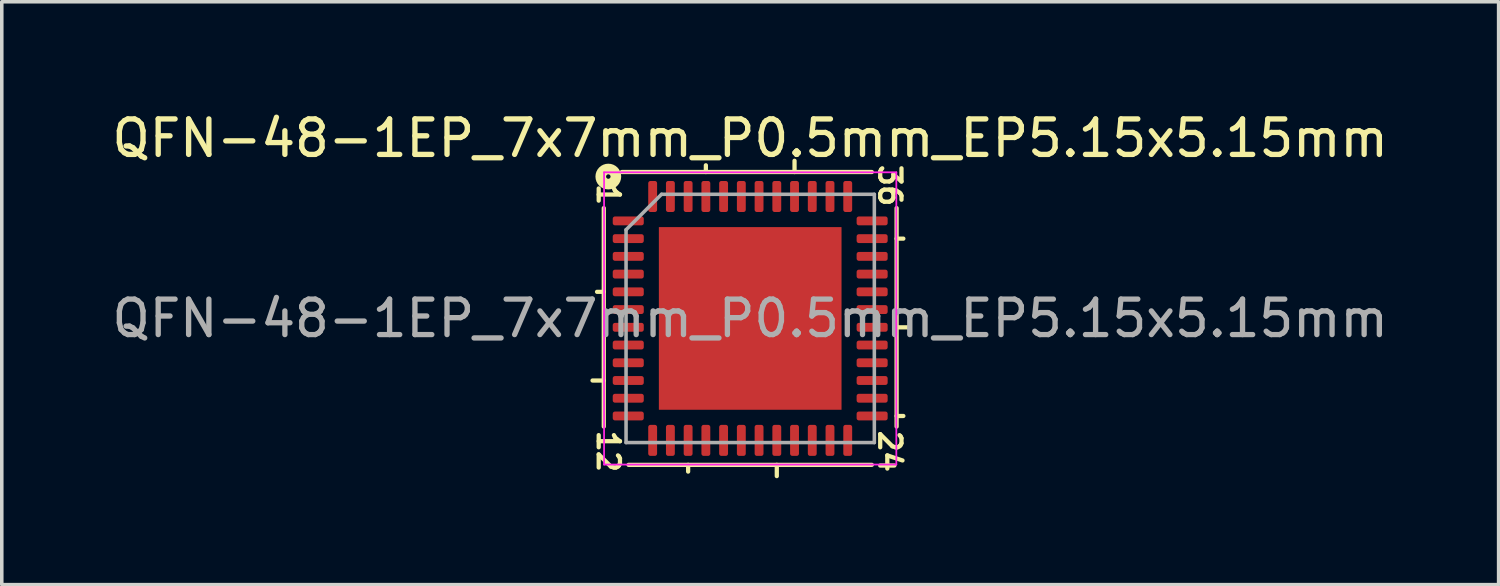
<source format=kicad_pcb>
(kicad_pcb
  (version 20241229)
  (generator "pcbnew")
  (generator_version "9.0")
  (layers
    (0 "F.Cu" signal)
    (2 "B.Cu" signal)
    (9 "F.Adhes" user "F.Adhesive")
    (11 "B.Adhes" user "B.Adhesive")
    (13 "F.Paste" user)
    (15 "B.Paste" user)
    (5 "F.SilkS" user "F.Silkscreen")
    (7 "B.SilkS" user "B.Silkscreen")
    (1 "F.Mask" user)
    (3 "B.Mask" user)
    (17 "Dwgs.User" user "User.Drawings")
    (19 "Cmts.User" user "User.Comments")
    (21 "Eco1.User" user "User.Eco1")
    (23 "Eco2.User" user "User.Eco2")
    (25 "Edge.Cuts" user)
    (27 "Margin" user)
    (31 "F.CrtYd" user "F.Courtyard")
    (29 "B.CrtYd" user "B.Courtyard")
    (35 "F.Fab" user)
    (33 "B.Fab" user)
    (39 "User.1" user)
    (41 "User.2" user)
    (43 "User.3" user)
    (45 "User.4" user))
  (footprint "QFN-48-1EP_7x7mm_P0.5mm_EP5.15x5.15mm"
    (layer "F.Cu")
    (at 18.101 5.928)
    (property "Reference" "QFN-48-1EP_7x7mm_P0.5mm_EP5.15x5.15mm" (at 0 -5.08 0) (layer "F.SilkS") (effects (font (size 1 1) (thickness 0.15))))
    (attr smd)
    (fp_line (start -4.128 -3.111) (end -4.128 3.048) (stroke (width 0.12) (type solid)) (layer "F.SilkS"))
    (fp_line (start -4.128 -0.75) (end -4.318 -0.75) (stroke (width 0.12) (type solid)) (layer "F.SilkS"))
    (fp_line (start -4.128 1.75) (end -4.445 1.75) (stroke (width 0.12) (type solid)) (layer "F.SilkS"))
    (fp_line (start -3.429 4.128) (end 3.429 4.128) (stroke (width 0.12) (type solid)) (layer "F.SilkS"))
    (fp_line (start -1.75 4.128) (end -1.75 4.318) (stroke (width 0.12) (type solid)) (layer "F.SilkS"))
    (fp_line (start -1.25 -4.128) (end -1.25 -4.318) (stroke (width 0.12) (type solid)) (layer "F.SilkS"))
    (fp_line (start 0.75 4.128) (end 0.75 4.445) (stroke (width 0.12) (type solid)) (layer "F.SilkS"))
    (fp_line (start 1.25 -4.128) (end 1.25 -4.445) (stroke (width 0.12) (type solid)) (layer "F.SilkS"))
    (fp_line (start 3.429 -4.128) (end -3.619 -4.128) (stroke (width 0.12) (type solid)) (layer "F.SilkS"))
    (fp_line (start 4.128 -2.25) (end 4.318 -2.25) (stroke (width 0.12) (type solid)) (layer "F.SilkS"))
    (fp_line (start 4.128 0.25) (end 4.445 0.25) (stroke (width 0.12) (type solid)) (layer "F.SilkS"))
    (fp_line (start 4.128 2.75) (end 4.318 2.75) (stroke (width 0.12) (type solid)) (layer "F.SilkS"))
    (fp_line (start 4.128 3.048) (end 4.128 -3.111) (stroke (width 0.12) (type solid)) (layer "F.SilkS"))
    (fp_circle (center -4 -4) (end -3.937 -4) (stroke (width 0.3) (type solid)) (fill no) (layer "F.SilkS"))
    (fp_line (start -4.12 -4.12) (end -4.12 4.12) (stroke (width 0.05) (type solid)) (layer "F.CrtYd"))
    (fp_line (start -4.12 4.12) (end 4.12 4.12) (stroke (width 0.05) (type solid)) (layer "F.CrtYd"))
    (fp_line (start 4.12 -4.12) (end -4.12 -4.12) (stroke (width 0.05) (type solid)) (layer "F.CrtYd"))
    (fp_line (start 4.12 4.12) (end 4.12 -4.12) (stroke (width 0.05) (type solid)) (layer "F.CrtYd"))
    (fp_line (start -3.5 -2.5) (end -2.5 -3.5) (stroke (width 0.1) (type solid)) (layer "F.Fab"))
    (fp_line (start -3.5 3.5) (end -3.5 -2.5) (stroke (width 0.1) (type solid)) (layer "F.Fab"))
    (fp_line (start -2.5 -3.5) (end 3.5 -3.5) (stroke (width 0.1) (type solid)) (layer "F.Fab"))
    (fp_line (start 3.5 -3.5) (end 3.5 3.5) (stroke (width 0.1) (type solid)) (layer "F.Fab"))
    (fp_line (start 3.5 3.5) (end -3.5 3.5) (stroke (width 0.1) (type solid)) (layer "F.Fab"))
    (fp_text user "12" (at -4 3.747 270) (unlocked yes) (layer "F.SilkS") (effects (font (size 0.6 0.6) (thickness 0.12))))
    (fp_text user "1" (at -4 -3.493 270) (unlocked yes) (layer "F.SilkS") (effects (font (size 0.6 0.6) (thickness 0.12))))
    (fp_text user "24" (at 3.937 3.747 270) (unlocked yes) (layer "F.SilkS") (effects (font (size 0.6 0.6) (thickness 0.12))))
    (fp_text user "36" (at 3.937 -3.747 270) (unlocked yes) (layer "F.SilkS") (effects (font (size 0.6 0.6) (thickness 0.12))))
    (fp_text user "${REFERENCE}" (at 0 0 0) (layer "F.Fab") (effects (font (size 1 1) (thickness 0.15))))
    (pad "" smd roundrect (at -1.935 -1.935) (size 1.04 1.04) (layers "F.Paste") (roundrect_rratio 0.24))
    (pad "" smd roundrect (at -1.935 -0.645) (size 1.04 1.04) (layers "F.Paste") (roundrect_rratio 0.24))
    (pad "" smd roundrect (at -1.935 0.645) (size 1.04 1.04) (layers "F.Paste") (roundrect_rratio 0.24))
    (pad "" smd roundrect (at -1.935 1.935) (size 1.04 1.04) (layers "F.Paste") (roundrect_rratio 0.24))
    (pad "" smd roundrect (at -0.645 -1.935) (size 1.04 1.04) (layers "F.Paste") (roundrect_rratio 0.24))
    (pad "" smd roundrect (at -0.645 -0.645) (size 1.04 1.04) (layers "F.Paste") (roundrect_rratio 0.24))
    (pad "" smd roundrect (at -0.645 0.645) (size 1.04 1.04) (layers "F.Paste") (roundrect_rratio 0.24))
    (pad "" smd roundrect (at -0.645 1.935) (size 1.04 1.04) (layers "F.Paste") (roundrect_rratio 0.24))
    (pad "" smd roundrect (at 0.645 -1.935) (size 1.04 1.04) (layers "F.Paste") (roundrect_rratio 0.24))
    (pad "" smd roundrect (at 0.645 -0.645) (size 1.04 1.04) (layers "F.Paste") (roundrect_rratio 0.24))
    (pad "" smd roundrect (at 0.645 0.645) (size 1.04 1.04) (layers "F.Paste") (roundrect_rratio 0.24))
    (pad "" smd roundrect (at 0.645 1.935) (size 1.04 1.04) (layers "F.Paste") (roundrect_rratio 0.24))
    (pad "" smd roundrect (at 1.935 -1.935) (size 1.04 1.04) (layers "F.Paste") (roundrect_rratio 0.24))
    (pad "" smd roundrect (at 1.935 -0.645) (size 1.04 1.04) (layers "F.Paste") (roundrect_rratio 0.24))
    (pad "" smd roundrect (at 1.935 0.645) (size 1.04 1.04) (layers "F.Paste") (roundrect_rratio 0.24))
    (pad "" smd roundrect (at 1.935 1.935) (size 1.04 1.04) (layers "F.Paste") (roundrect_rratio 0.24))
    (pad "1" smd roundrect (at -3.438 -2.75) (size 0.875 0.25) (layers "F.Cu" "F.Mask" "F.Paste") (roundrect_rratio 0.25))
    (pad "2" smd roundrect (at -3.438 -2.25) (size 0.875 0.25) (layers "F.Cu" "F.Mask" "F.Paste") (roundrect_rratio 0.25))
    (pad "3" smd roundrect (at -3.438 -1.75) (size 0.875 0.25) (layers "F.Cu" "F.Mask" "F.Paste") (roundrect_rratio 0.25))
    (pad "4" smd roundrect (at -3.438 -1.25) (size 0.875 0.25) (layers "F.Cu" "F.Mask" "F.Paste") (roundrect_rratio 0.25))
    (pad "5" smd roundrect (at -3.438 -0.75) (size 0.875 0.25) (layers "F.Cu" "F.Mask" "F.Paste") (roundrect_rratio 0.25))
    (pad "6" smd roundrect (at -3.438 -0.25) (size 0.875 0.25) (layers "F.Cu" "F.Mask" "F.Paste") (roundrect_rratio 0.25))
    (pad "7" smd roundrect (at -3.438 0.25) (size 0.875 0.25) (layers "F.Cu" "F.Mask" "F.Paste") (roundrect_rratio 0.25))
    (pad "8" smd roundrect (at -3.438 0.75) (size 0.875 0.25) (layers "F.Cu" "F.Mask" "F.Paste") (roundrect_rratio 0.25))
    (pad "9" smd roundrect (at -3.438 1.25) (size 0.875 0.25) (layers "F.Cu" "F.Mask" "F.Paste") (roundrect_rratio 0.25))
    (pad "10" smd roundrect (at -3.438 1.75) (size 0.875 0.25) (layers "F.Cu" "F.Mask" "F.Paste") (roundrect_rratio 0.25))
    (pad "11" smd roundrect (at -3.438 2.25) (size 0.875 0.25) (layers "F.Cu" "F.Mask" "F.Paste") (roundrect_rratio 0.25))
    (pad "12" smd roundrect (at -3.438 2.75) (size 0.875 0.25) (layers "F.Cu" "F.Mask" "F.Paste") (roundrect_rratio 0.25))
    (pad "13" smd roundrect (at -2.75 3.438) (size 0.25 0.875) (layers "F.Cu" "F.Mask" "F.Paste") (roundrect_rratio 0.25))
    (pad "14" smd roundrect (at -2.25 3.438) (size 0.25 0.875) (layers "F.Cu" "F.Mask" "F.Paste") (roundrect_rratio 0.25))
    (pad "15" smd roundrect (at -1.75 3.438) (size 0.25 0.875) (layers "F.Cu" "F.Mask" "F.Paste") (roundrect_rratio 0.25))
    (pad "16" smd roundrect (at -1.25 3.438) (size 0.25 0.875) (layers "F.Cu" "F.Mask" "F.Paste") (roundrect_rratio 0.25))
    (pad "17" smd roundrect (at -0.75 3.438) (size 0.25 0.875) (layers "F.Cu" "F.Mask" "F.Paste") (roundrect_rratio 0.25))
    (pad "18" smd roundrect (at -0.25 3.438) (size 0.25 0.875) (layers "F.Cu" "F.Mask" "F.Paste") (roundrect_rratio 0.25))
    (pad "19" smd roundrect (at 0.25 3.438) (size 0.25 0.875) (layers "F.Cu" "F.Mask" "F.Paste") (roundrect_rratio 0.25))
    (pad "20" smd roundrect (at 0.75 3.438) (size 0.25 0.875) (layers "F.Cu" "F.Mask" "F.Paste") (roundrect_rratio 0.25))
    (pad "21" smd roundrect (at 1.25 3.438) (size 0.25 0.875) (layers "F.Cu" "F.Mask" "F.Paste") (roundrect_rratio 0.25))
    (pad "22" smd roundrect (at 1.75 3.438) (size 0.25 0.875) (layers "F.Cu" "F.Mask" "F.Paste") (roundrect_rratio 0.25))
    (pad "23" smd roundrect (at 2.25 3.438) (size 0.25 0.875) (layers "F.Cu" "F.Mask" "F.Paste") (roundrect_rratio 0.25))
    (pad "24" smd roundrect (at 2.75 3.438) (size 0.25 0.875) (layers "F.Cu" "F.Mask" "F.Paste") (roundrect_rratio 0.25))
    (pad "25" smd roundrect (at 3.438 2.75) (size 0.875 0.25) (layers "F.Cu" "F.Mask" "F.Paste") (roundrect_rratio 0.25))
    (pad "26" smd roundrect (at 3.438 2.25) (size 0.875 0.25) (layers "F.Cu" "F.Mask" "F.Paste") (roundrect_rratio 0.25))
    (pad "27" smd roundrect (at 3.438 1.75) (size 0.875 0.25) (layers "F.Cu" "F.Mask" "F.Paste") (roundrect_rratio 0.25))
    (pad "28" smd roundrect (at 3.438 1.25) (size 0.875 0.25) (layers "F.Cu" "F.Mask" "F.Paste") (roundrect_rratio 0.25))
    (pad "29" smd roundrect (at 3.438 0.75) (size 0.875 0.25) (layers "F.Cu" "F.Mask" "F.Paste") (roundrect_rratio 0.25))
    (pad "30" smd roundrect (at 3.438 0.25) (size 0.875 0.25) (layers "F.Cu" "F.Mask" "F.Paste") (roundrect_rratio 0.25))
    (pad "31" smd roundrect (at 3.438 -0.25) (size 0.875 0.25) (layers "F.Cu" "F.Mask" "F.Paste") (roundrect_rratio 0.25))
    (pad "32" smd roundrect (at 3.438 -0.75) (size 0.875 0.25) (layers "F.Cu" "F.Mask" "F.Paste") (roundrect_rratio 0.25))
    (pad "33" smd roundrect (at 3.438 -1.25) (size 0.875 0.25) (layers "F.Cu" "F.Mask" "F.Paste") (roundrect_rratio 0.25))
    (pad "34" smd roundrect (at 3.438 -1.75) (size 0.875 0.25) (layers "F.Cu" "F.Mask" "F.Paste") (roundrect_rratio 0.25))
    (pad "35" smd roundrect (at 3.438 -2.25) (size 0.875 0.25) (layers "F.Cu" "F.Mask" "F.Paste") (roundrect_rratio 0.25))
    (pad "36" smd roundrect (at 3.438 -2.75) (size 0.875 0.25) (layers "F.Cu" "F.Mask" "F.Paste") (roundrect_rratio 0.25))
    (pad "37" smd roundrect (at 2.75 -3.438) (size 0.25 0.875) (layers "F.Cu" "F.Mask" "F.Paste") (roundrect_rratio 0.25))
    (pad "38" smd roundrect (at 2.25 -3.438) (size 0.25 0.875) (layers "F.Cu" "F.Mask" "F.Paste") (roundrect_rratio 0.25))
    (pad "39" smd roundrect (at 1.75 -3.438) (size 0.25 0.875) (layers "F.Cu" "F.Mask" "F.Paste") (roundrect_rratio 0.25))
    (pad "40" smd roundrect (at 1.25 -3.438) (size 0.25 0.875) (layers "F.Cu" "F.Mask" "F.Paste") (roundrect_rratio 0.25))
    (pad "41" smd roundrect (at 0.75 -3.438) (size 0.25 0.875) (layers "F.Cu" "F.Mask" "F.Paste") (roundrect_rratio 0.25))
    (pad "42" smd roundrect (at 0.25 -3.438) (size 0.25 0.875) (layers "F.Cu" "F.Mask" "F.Paste") (roundrect_rratio 0.25))
    (pad "43" smd roundrect (at -0.25 -3.438) (size 0.25 0.875) (layers "F.Cu" "F.Mask" "F.Paste") (roundrect_rratio 0.25))
    (pad "44" smd roundrect (at -0.75 -3.438) (size 0.25 0.875) (layers "F.Cu" "F.Mask" "F.Paste") (roundrect_rratio 0.25))
    (pad "45" smd roundrect (at -1.25 -3.438) (size 0.25 0.875) (layers "F.Cu" "F.Mask" "F.Paste") (roundrect_rratio 0.25))
    (pad "46" smd roundrect (at -1.75 -3.438) (size 0.25 0.875) (layers "F.Cu" "F.Mask" "F.Paste") (roundrect_rratio 0.25))
    (pad "47" smd roundrect (at -2.25 -3.438) (size 0.25 0.875) (layers "F.Cu" "F.Mask" "F.Paste") (roundrect_rratio 0.25))
    (pad "48" smd roundrect (at -2.75 -3.438) (size 0.25 0.875) (layers "F.Cu" "F.Mask" "F.Paste") (roundrect_rratio 0.25))
    (pad "49" smd rect (at 0 0) (size 5.15 5.15) (layers "F.Cu" "F.Mask")))
  (gr_rect
    (start -3 -3)
    (end 39.202 13.433)
    (stroke (width 0.1) (type default))
    (fill no)
    (layer "Edge.Cuts")))
</source>
